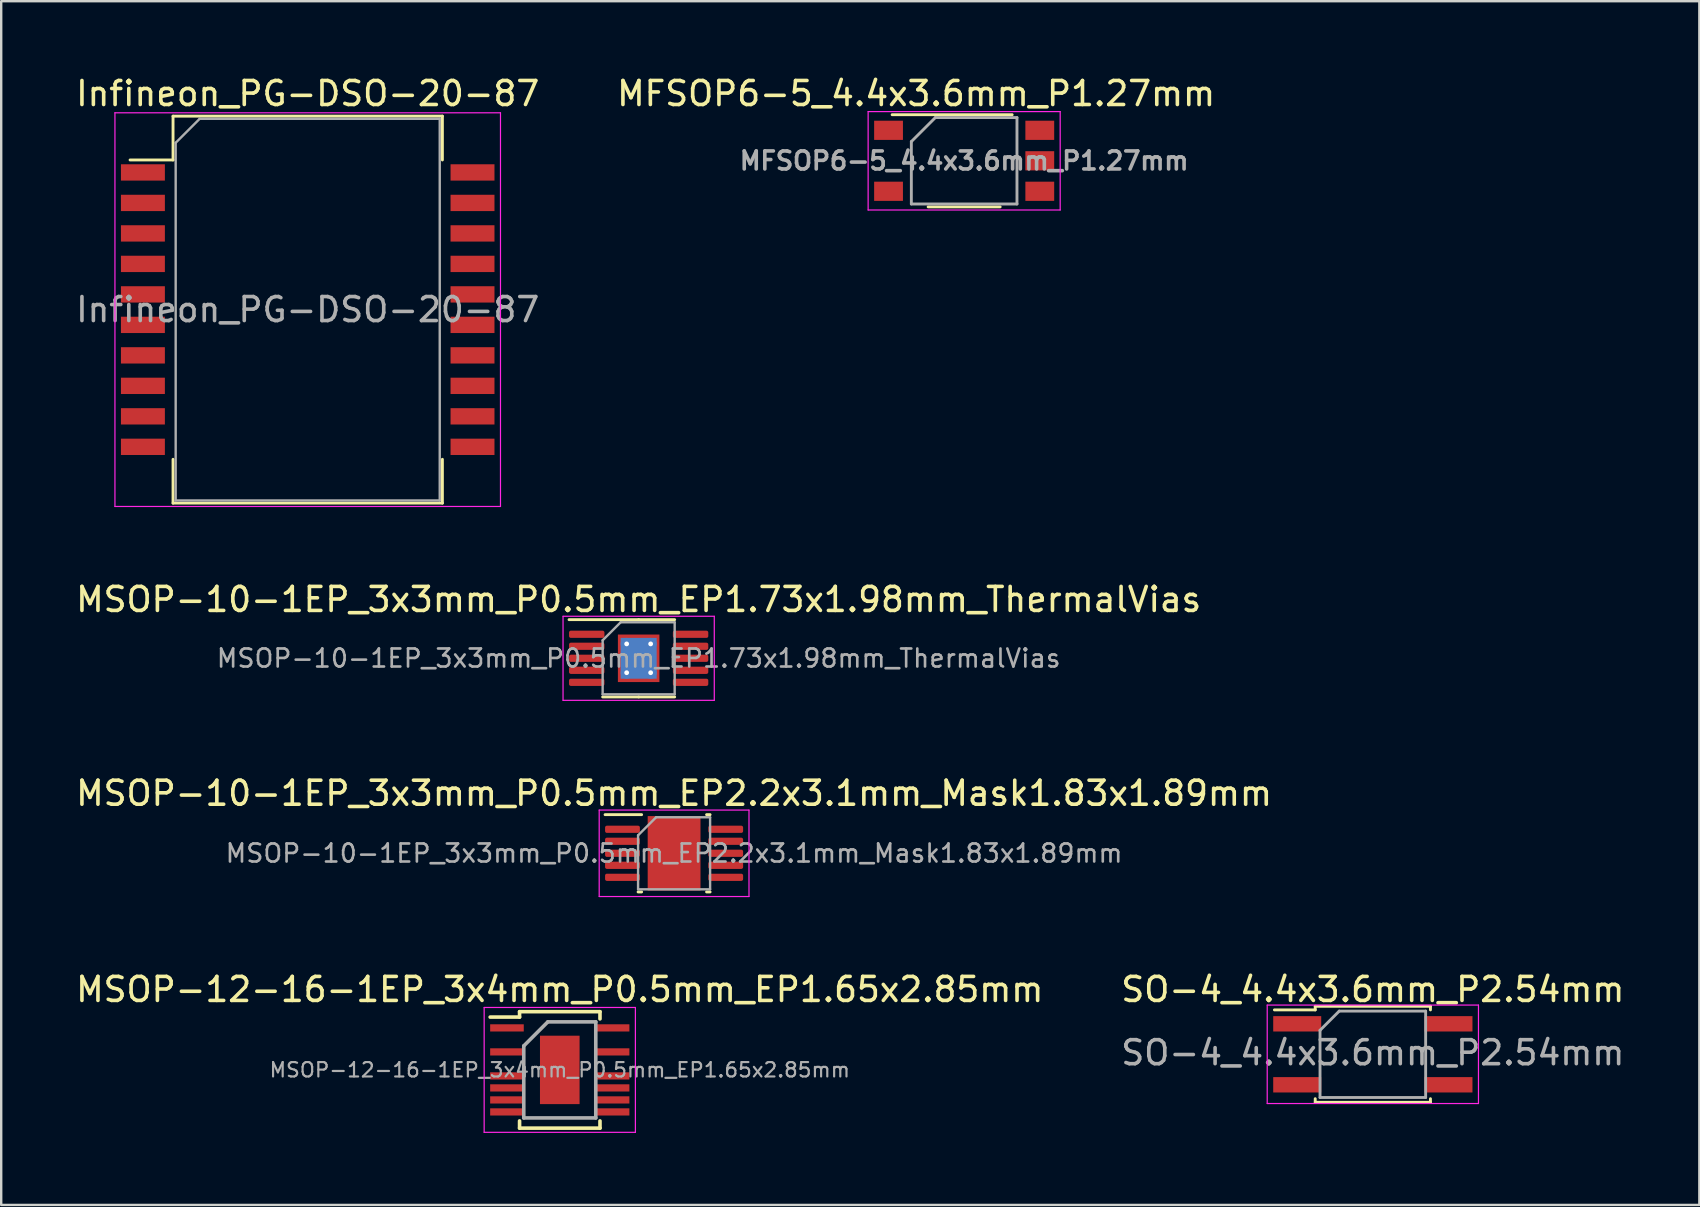
<source format=kicad_pcb>
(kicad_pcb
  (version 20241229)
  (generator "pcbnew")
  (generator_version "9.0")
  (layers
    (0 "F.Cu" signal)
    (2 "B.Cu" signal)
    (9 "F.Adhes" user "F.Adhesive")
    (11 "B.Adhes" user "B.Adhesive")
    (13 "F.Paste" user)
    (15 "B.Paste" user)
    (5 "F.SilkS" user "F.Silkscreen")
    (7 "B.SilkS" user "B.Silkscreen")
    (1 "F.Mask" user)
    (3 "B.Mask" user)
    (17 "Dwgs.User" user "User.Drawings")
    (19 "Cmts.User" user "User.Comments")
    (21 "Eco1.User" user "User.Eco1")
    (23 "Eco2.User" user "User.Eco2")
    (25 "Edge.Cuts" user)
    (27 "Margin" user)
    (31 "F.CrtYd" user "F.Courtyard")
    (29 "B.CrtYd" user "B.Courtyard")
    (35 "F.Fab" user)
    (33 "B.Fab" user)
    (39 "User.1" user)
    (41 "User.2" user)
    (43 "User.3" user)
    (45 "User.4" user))
  (footprint "MFSOP6-5_4.4x3.6mm_P1.27mm"
    (layer "F.Cu")
    (at 37.113 3.648)
    (property "Reference" "MFSOP6-5_4.4x3.6mm_P1.27mm" (at -2 -2.8 0) (layer "F.SilkS") (effects (font (size 1 1) (thickness 0.15))))
    (attr smd)
    (fp_line (start -3 -1.92) (end 2 -1.92) (stroke (width 0.12) (type solid)) (layer "F.SilkS"))
    (fp_line (start 1.5 1.92) (end -1.5 1.92) (stroke (width 0.12) (type solid)) (layer "F.SilkS"))
    (fp_line (start -4 -2.05) (end -4 2.05) (stroke (width 0.05) (type solid)) (layer "F.CrtYd"))
    (fp_line (start -4 -2.05) (end 4 -2.05) (stroke (width 0.05) (type solid)) (layer "F.CrtYd"))
    (fp_line (start 4 2.05) (end -4 2.05) (stroke (width 0.05) (type solid)) (layer "F.CrtYd"))
    (fp_line (start 4 2.05) (end 4 -2.05) (stroke (width 0.05) (type solid)) (layer "F.CrtYd"))
    (fp_line (start -2.2 -0.8) (end -2.2 1.8) (stroke (width 0.12) (type solid)) (layer "F.Fab"))
    (fp_line (start -2.2 1.8) (end 2.2 1.8) (stroke (width 0.12) (type solid)) (layer "F.Fab"))
    (fp_line (start -1.2 -1.8) (end -2.2 -0.8) (stroke (width 0.12) (type solid)) (layer "F.Fab"))
    (fp_line (start 2.2 -1.8) (end -1.2 -1.8) (stroke (width 0.12) (type solid)) (layer "F.Fab"))
    (fp_line (start 2.2 1.8) (end 2.2 -1.8) (stroke (width 0.12) (type solid)) (layer "F.Fab"))
    (fp_text user "${REFERENCE}" (at 0 0 0) (layer "F.Fab") (effects (font (size 0.75 0.75) (thickness 0.15))))
    (pad "1" smd rect (at -3.15 -1.27) (size 1.2 0.8) (layers "F.Cu" "F.Mask" "F.Paste"))
    (pad "3" smd rect (at -3.15 1.27) (size 1.2 0.8) (layers "F.Cu" "F.Mask" "F.Paste"))
    (pad "4" smd rect (at 3.15 1.27) (size 1.2 0.8) (layers "F.Cu" "F.Mask" "F.Paste"))
    (pad "5" smd rect (at 3.15 0) (size 1.2 0.8) (layers "F.Cu" "F.Mask" "F.Paste"))
    (pad "6" smd rect (at 3.15 -1.27) (size 1.2 0.8) (layers "F.Cu" "F.Mask" "F.Paste")))
  (footprint "SO-4_4.4x3.6mm_P2.54mm"
    (layer "F.Cu")
    (at 54.137 40.868)
    (property "Reference" "SO-4_4.4x3.6mm_P2.54mm" (at 0 -2.7 0) (layer "F.SilkS") (effects (font (size 1 1) (thickness 0.15))))
    (attr smd)
    (fp_line (start -2.4 -2) (end 2.4 -2) (stroke (width 0.12) (type solid)) (layer "F.SilkS"))
    (fp_line (start -2.4 -1.85) (end -4.1 -1.85) (stroke (width 0.12) (type solid)) (layer "F.SilkS"))
    (fp_line (start -2.4 -1.85) (end -2.4 -2) (stroke (width 0.12) (type solid)) (layer "F.SilkS"))
    (fp_line (start -2.4 2) (end -2.4 1.85) (stroke (width 0.12) (type solid)) (layer "F.SilkS"))
    (fp_line (start 2.4 -2) (end 2.4 -1.85) (stroke (width 0.12) (type solid)) (layer "F.SilkS"))
    (fp_line (start 2.4 1.85) (end 2.4 2) (stroke (width 0.12) (type solid)) (layer "F.SilkS"))
    (fp_line (start 2.4 2) (end -2.4 2) (stroke (width 0.12) (type solid)) (layer "F.SilkS"))
    (fp_line (start -4.4 -2.05) (end -4.4 2.05) (stroke (width 0.05) (type solid)) (layer "F.CrtYd"))
    (fp_line (start -4.4 -2.05) (end 4.4 -2.05) (stroke (width 0.05) (type solid)) (layer "F.CrtYd"))
    (fp_line (start 4.4 2.05) (end -4.4 2.05) (stroke (width 0.05) (type solid)) (layer "F.CrtYd"))
    (fp_line (start 4.4 2.05) (end 4.4 -2.05) (stroke (width 0.05) (type solid)) (layer "F.CrtYd"))
    (fp_line (start -2.2 -1) (end -1.4 -1.8) (stroke (width 0.12) (type solid)) (layer "F.Fab"))
    (fp_line (start -2.2 1.8) (end -2.2 -1) (stroke (width 0.12) (type solid)) (layer "F.Fab"))
    (fp_line (start -1.4 -1.8) (end 2.2 -1.8) (stroke (width 0.12) (type solid)) (layer "F.Fab"))
    (fp_line (start 2.2 -1.8) (end 2.2 1.8) (stroke (width 0.12) (type solid)) (layer "F.Fab"))
    (fp_line (start 2.2 1.8) (end -2.2 1.8) (stroke (width 0.12) (type solid)) (layer "F.Fab"))
    (fp_text user "${REFERENCE}" (at 0 -0.065 0) (layer "F.Fab") (effects (font (size 1 1) (thickness 0.15))))
    (pad "1" smd rect (at -3.15 -1.27) (size 2 0.64) (layers "F.Cu" "F.Mask" "F.Paste"))
    (pad "2" smd rect (at -3.15 1.27) (size 2 0.64) (layers "F.Cu" "F.Mask" "F.Paste"))
    (pad "3" smd rect (at 3.15 1.27) (size 2 0.64) (layers "F.Cu" "F.Mask" "F.Paste"))
    (pad "4" smd rect (at 3.15 -1.27) (size 2 0.64) (layers "F.Cu" "F.Mask" "F.Paste")))
  (footprint "MSOP-10-1EP_3x3mm_P0.5mm_EP2.2x3.1mm_Mask1.83x1.89mm"
    (layer "F.Cu")
    (at 25.03 32.495)
    (property "Reference" "MSOP-10-1EP_3x3mm_P0.5mm_EP2.2x3.1mm_Mask1.83x1.89mm" (at 0 -2.5 0) (layer "F.SilkS") (effects (font (size 1 1) (thickness 0.15))))
    (attr smd)
    (fp_line (start -1.353 -1.61) (end -2.875 -1.61) (stroke (width 0.12) (type solid)) (layer "F.SilkS"))
    (fp_line (start -1.353 1.61) (end -1.5 1.61) (stroke (width 0.12) (type solid)) (layer "F.SilkS"))
    (fp_line (start 1.353 -1.61) (end 1.5 -1.61) (stroke (width 0.12) (type solid)) (layer "F.SilkS"))
    (fp_line (start 1.353 1.61) (end 1.5 1.61) (stroke (width 0.12) (type solid)) (layer "F.SilkS"))
    (fp_line (start -3.12 -1.8) (end -3.12 1.8) (stroke (width 0.05) (type solid)) (layer "F.CrtYd"))
    (fp_line (start -3.12 1.8) (end 3.12 1.8) (stroke (width 0.05) (type solid)) (layer "F.CrtYd"))
    (fp_line (start 3.12 -1.8) (end -3.12 -1.8) (stroke (width 0.05) (type solid)) (layer "F.CrtYd"))
    (fp_line (start 3.12 1.8) (end 3.12 -1.8) (stroke (width 0.05) (type solid)) (layer "F.CrtYd"))
    (fp_line (start -1.5 -0.75) (end -0.75 -1.5) (stroke (width 0.1) (type solid)) (layer "F.Fab"))
    (fp_line (start -1.5 1.5) (end -1.5 -0.75) (stroke (width 0.1) (type solid)) (layer "F.Fab"))
    (fp_line (start -0.75 -1.5) (end 1.5 -1.5) (stroke (width 0.1) (type solid)) (layer "F.Fab"))
    (fp_line (start 1.5 -1.5) (end 1.5 1.5) (stroke (width 0.1) (type solid)) (layer "F.Fab"))
    (fp_line (start 1.5 1.5) (end -1.5 1.5) (stroke (width 0.1) (type solid)) (layer "F.Fab"))
    (fp_text user "${REFERENCE}" (at 0 0 0) (layer "F.Fab") (effects (font (size 0.75 0.75) (thickness 0.11))))
    (pad "" smd roundrect (at -0.46 -0.47) (size 0.74 0.76) (layers "F.Paste") (roundrect_rratio 0.25))
    (pad "" smd roundrect (at -0.46 0.47) (size 0.74 0.76) (layers "F.Paste") (roundrect_rratio 0.25))
    (pad "" smd rect (at 0 0) (size 1.83 1.89) (layers "F.Mask"))
    (pad "" smd roundrect (at 0.46 -0.47) (size 0.74 0.76) (layers "F.Paste") (roundrect_rratio 0.25))
    (pad "" smd roundrect (at 0.46 0.47) (size 0.74 0.76) (layers "F.Paste") (roundrect_rratio 0.25))
    (pad "1" smd roundrect (at -2.15 -1) (size 1.45 0.3) (layers "F.Cu" "F.Mask" "F.Paste") (roundrect_rratio 0.25))
    (pad "2" smd roundrect (at -2.15 -0.5) (size 1.45 0.3) (layers "F.Cu" "F.Mask" "F.Paste") (roundrect_rratio 0.25))
    (pad "3" smd roundrect (at -2.15 0) (size 1.45 0.3) (layers "F.Cu" "F.Mask" "F.Paste") (roundrect_rratio 0.25))
    (pad "4" smd roundrect (at -2.15 0.5) (size 1.45 0.3) (layers "F.Cu" "F.Mask" "F.Paste") (roundrect_rratio 0.25))
    (pad "5" smd roundrect (at -2.15 1) (size 1.45 0.3) (layers "F.Cu" "F.Mask" "F.Paste") (roundrect_rratio 0.25))
    (pad "6" smd roundrect (at 2.15 1) (size 1.45 0.3) (layers "F.Cu" "F.Mask" "F.Paste") (roundrect_rratio 0.25))
    (pad "7" smd roundrect (at 2.15 0.5) (size 1.45 0.3) (layers "F.Cu" "F.Mask" "F.Paste") (roundrect_rratio 0.25))
    (pad "8" smd roundrect (at 2.15 0) (size 1.45 0.3) (layers "F.Cu" "F.Mask" "F.Paste") (roundrect_rratio 0.25))
    (pad "9" smd roundrect (at 2.15 -0.5) (size 1.45 0.3) (layers "F.Cu" "F.Mask" "F.Paste") (roundrect_rratio 0.25))
    (pad "10" smd roundrect (at 2.15 -1) (size 1.45 0.3) (layers "F.Cu" "F.Mask" "F.Paste") (roundrect_rratio 0.25))
    (pad "11" smd rect (at 0 0) (size 2.2 3.1) (layers "F.Cu")))
  (footprint "Infineon_PG-DSO-20-87"
    (layer "F.Cu")
    (at 9.768 9.848)
    (property "Reference" "Infineon_PG-DSO-20-87" (at 0 -9 0) (layer "F.SilkS") (effects (font (size 1 1) (thickness 0.15))))
    (attr smd)
    (fp_line (start -7.4 -6.235) (end -5.61 -6.235) (stroke (width 0.12) (type solid)) (layer "F.SilkS"))
    (fp_line (start -5.61 -8.06) (end 5.61 -8.06) (stroke (width 0.12) (type solid)) (layer "F.SilkS"))
    (fp_line (start -5.61 -6.235) (end -5.61 -8.06) (stroke (width 0.12) (type solid)) (layer "F.SilkS"))
    (fp_line (start -5.61 6.235) (end -5.61 8.06) (stroke (width 0.12) (type solid)) (layer "F.SilkS"))
    (fp_line (start 5.61 -6.235) (end 5.61 -8.06) (stroke (width 0.12) (type solid)) (layer "F.SilkS"))
    (fp_line (start 5.61 6.235) (end 5.61 8.06) (stroke (width 0.12) (type solid)) (layer "F.SilkS"))
    (fp_line (start 5.61 8.06) (end -5.61 8.06) (stroke (width 0.12) (type solid)) (layer "F.SilkS"))
    (fp_line (start -8.03 -8.2) (end 8.03 -8.2) (stroke (width 0.05) (type solid)) (layer "F.CrtYd"))
    (fp_line (start -8.03 8.2) (end -8.03 -8.2) (stroke (width 0.05) (type solid)) (layer "F.CrtYd"))
    (fp_line (start -8.03 8.2) (end 8.03 8.2) (stroke (width 0.05) (type solid)) (layer "F.CrtYd"))
    (fp_line (start 8.03 8.2) (end 8.03 -8.2) (stroke (width 0.05) (type solid)) (layer "F.CrtYd"))
    (fp_line (start -5.5 -6.95) (end -4.5 -7.95) (stroke (width 0.1) (type solid)) (layer "F.Fab"))
    (fp_line (start -5.5 7.95) (end -5.5 -6.95) (stroke (width 0.1) (type solid)) (layer "F.Fab"))
    (fp_line (start -4.5 -7.95) (end 5.5 -7.95) (stroke (width 0.1) (type solid)) (layer "F.Fab"))
    (fp_line (start 5.5 -7.95) (end 5.5 7.95) (stroke (width 0.1) (type solid)) (layer "F.Fab"))
    (fp_line (start 5.5 7.95) (end -5.5 7.95) (stroke (width 0.1) (type solid)) (layer "F.Fab"))
    (fp_text user "${REFERENCE}" (at 0 0 0) (layer "F.Fab") (effects (font (size 1 1) (thickness 0.15))))
    (pad "1" smd rect (at -6.865 -5.715) (size 1.83 0.68) (layers "F.Cu" "F.Mask" "F.Paste"))
    (pad "2" smd rect (at -6.865 -4.445) (size 1.83 0.68) (layers "F.Cu" "F.Mask" "F.Paste"))
    (pad "3" smd rect (at -6.865 -3.175) (size 1.83 0.68) (layers "F.Cu" "F.Mask" "F.Paste"))
    (pad "4" smd rect (at -6.865 -1.905) (size 1.83 0.68) (layers "F.Cu" "F.Mask" "F.Paste"))
    (pad "5" smd rect (at -6.865 -0.635) (size 1.83 0.68) (layers "F.Cu" "F.Mask" "F.Paste"))
    (pad "6" smd rect (at -6.865 0.635) (size 1.83 0.68) (layers "F.Cu" "F.Mask" "F.Paste"))
    (pad "7" smd rect (at -6.865 1.905) (size 1.83 0.68) (layers "F.Cu" "F.Mask" "F.Paste"))
    (pad "8" smd rect (at -6.865 3.175) (size 1.83 0.68) (layers "F.Cu" "F.Mask" "F.Paste"))
    (pad "9" smd rect (at -6.865 4.445) (size 1.83 0.68) (layers "F.Cu" "F.Mask" "F.Paste"))
    (pad "10" smd rect (at -6.865 5.715) (size 1.83 0.68) (layers "F.Cu" "F.Mask" "F.Paste"))
    (pad "11" smd rect (at 6.865 5.715) (size 1.83 0.68) (layers "F.Cu" "F.Mask" "F.Paste"))
    (pad "12" smd rect (at 6.865 4.445) (size 1.83 0.68) (layers "F.Cu" "F.Mask" "F.Paste"))
    (pad "13" smd rect (at 6.865 3.175) (size 1.83 0.68) (layers "F.Cu" "F.Mask" "F.Paste"))
    (pad "14" smd rect (at 6.865 1.905) (size 1.83 0.68) (layers "F.Cu" "F.Mask" "F.Paste"))
    (pad "15" smd rect (at 6.865 0.635) (size 1.83 0.68) (layers "F.Cu" "F.Mask" "F.Paste"))
    (pad "16" smd rect (at 6.865 -0.635) (size 1.83 0.68) (layers "F.Cu" "F.Mask" "F.Paste"))
    (pad "17" smd rect (at 6.865 -1.905) (size 1.83 0.68) (layers "F.Cu" "F.Mask" "F.Paste"))
    (pad "18" smd rect (at 6.865 -3.175) (size 1.83 0.68) (layers "F.Cu" "F.Mask" "F.Paste"))
    (pad "19" smd rect (at 6.865 -4.445) (size 1.83 0.68) (layers "F.Cu" "F.Mask" "F.Paste"))
    (pad "20" smd rect (at 6.865 -5.715) (size 1.83 0.68) (layers "F.Cu" "F.Mask" "F.Paste")))
  (footprint "MSOP-12-16-1EP_3x4mm_P0.5mm_EP1.65x2.85mm"
    (layer "F.Cu")
    (at 20.268 41.518)
    (property "Reference" "MSOP-12-16-1EP_3x4mm_P0.5mm_EP1.65x2.85mm" (at 0 -3.35 0) (layer "F.SilkS") (effects (font (size 1 1) (thickness 0.15))))
    (attr smd)
    (fp_line (start -1.675 -2.425) (end -1.675 -2.2) (stroke (width 0.15) (type solid)) (layer "F.SilkS"))
    (fp_line (start -1.675 -2.425) (end 1.675 -2.425) (stroke (width 0.15) (type solid)) (layer "F.SilkS"))
    (fp_line (start -1.675 -2.2) (end -2.9 -2.2) (stroke (width 0.15) (type solid)) (layer "F.SilkS"))
    (fp_line (start -1.675 2.425) (end -1.675 2.125) (stroke (width 0.15) (type solid)) (layer "F.SilkS"))
    (fp_line (start -1.675 2.425) (end 1.675 2.425) (stroke (width 0.15) (type solid)) (layer "F.SilkS"))
    (fp_line (start 1.675 -2.425) (end 1.675 -2.125) (stroke (width 0.15) (type solid)) (layer "F.SilkS"))
    (fp_line (start 1.675 2.425) (end 1.675 2.125) (stroke (width 0.15) (type solid)) (layer "F.SilkS"))
    (fp_line (start -3.15 -2.6) (end -3.15 2.6) (stroke (width 0.05) (type solid)) (layer "F.CrtYd"))
    (fp_line (start -3.15 -2.6) (end 3.15 -2.6) (stroke (width 0.05) (type solid)) (layer "F.CrtYd"))
    (fp_line (start -3.15 2.6) (end 3.15 2.6) (stroke (width 0.05) (type solid)) (layer "F.CrtYd"))
    (fp_line (start 3.15 -2.6) (end 3.15 2.6) (stroke (width 0.05) (type solid)) (layer "F.CrtYd"))
    (fp_line (start -1.5 -1) (end -0.5 -2) (stroke (width 0.15) (type solid)) (layer "F.Fab"))
    (fp_line (start -1.5 2) (end -1.5 -1) (stroke (width 0.15) (type solid)) (layer "F.Fab"))
    (fp_line (start -0.5 -2) (end 1.5 -2) (stroke (width 0.15) (type solid)) (layer "F.Fab"))
    (fp_line (start 1.5 -2) (end 1.5 2) (stroke (width 0.15) (type solid)) (layer "F.Fab"))
    (fp_line (start 1.5 2) (end -1.5 2) (stroke (width 0.15) (type solid)) (layer "F.Fab"))
    (fp_text user "${REFERENCE}" (at 0 0 0) (layer "F.Fab") (effects (font (size 0.6 0.6) (thickness 0.09))))
    (pad "" smd rect (at -0.412 -0.95) (size 0.66 0.75) (layers "F.Paste"))
    (pad "" smd rect (at -0.412 0) (size 0.66 0.75) (layers "F.Paste"))
    (pad "" smd rect (at -0.412 0.95) (size 0.66 0.75) (layers "F.Paste"))
    (pad "" smd rect (at 0.412 -0.95) (size 0.66 0.75) (layers "F.Paste"))
    (pad "" smd rect (at 0.412 0) (size 0.66 0.75) (layers "F.Paste"))
    (pad "" smd rect (at 0.412 0.95) (size 0.66 0.75) (layers "F.Paste"))
    (pad "1" smd rect (at -2.2 -1.75) (size 1.4 0.3) (layers "F.Cu" "F.Mask" "F.Paste"))
    (pad "3" smd rect (at -2.2 -0.75) (size 1.4 0.3) (layers "F.Cu" "F.Mask" "F.Paste"))
    (pad "5" smd rect (at -2.2 0.25) (size 1.4 0.3) (layers "F.Cu" "F.Mask" "F.Paste"))
    (pad "6" smd rect (at -2.2 0.75) (size 1.4 0.3) (layers "F.Cu" "F.Mask" "F.Paste"))
    (pad "7" smd rect (at -2.2 1.25) (size 1.4 0.3) (layers "F.Cu" "F.Mask" "F.Paste"))
    (pad "8" smd rect (at -2.2 1.75) (size 1.4 0.3) (layers "F.Cu" "F.Mask" "F.Paste"))
    (pad "9" smd rect (at 2.2 1.75) (size 1.4 0.3) (layers "F.Cu" "F.Mask" "F.Paste"))
    (pad "10" smd rect (at 2.2 1.25) (size 1.4 0.3) (layers "F.Cu" "F.Mask" "F.Paste"))
    (pad "11" smd rect (at 2.2 0.75) (size 1.4 0.3) (layers "F.Cu" "F.Mask" "F.Paste"))
    (pad "12" smd rect (at 2.2 0.25) (size 1.4 0.3) (layers "F.Cu" "F.Mask" "F.Paste"))
    (pad "14" smd rect (at 2.2 -0.75) (size 1.4 0.3) (layers "F.Cu" "F.Mask" "F.Paste"))
    (pad "16" smd rect (at 2.2 -1.75) (size 1.4 0.3) (layers "F.Cu" "F.Mask" "F.Paste"))
    (pad "17" smd rect (at 0 0) (size 1.65 2.85) (layers "F.Cu" "F.Mask")))
  (footprint "MSOP-10-1EP_3x3mm_P0.5mm_EP1.73x1.98mm_ThermalVias"
    (layer "F.Cu")
    (at 23.554 24.372)
    (property "Reference" "MSOP-10-1EP_3x3mm_P0.5mm_EP1.73x1.98mm_ThermalVias" (at 0 -2.45 0) (layer "F.SilkS") (effects (font (size 1 1) (thickness 0.15))))
    (attr smd)
    (fp_line (start 0 -1.61) (end -2.9 -1.61) (stroke (width 0.12) (type solid)) (layer "F.SilkS"))
    (fp_line (start 0 -1.61) (end 1.5 -1.61) (stroke (width 0.12) (type solid)) (layer "F.SilkS"))
    (fp_line (start 0 1.61) (end -1.5 1.61) (stroke (width 0.12) (type solid)) (layer "F.SilkS"))
    (fp_line (start 0 1.61) (end 1.5 1.61) (stroke (width 0.12) (type solid)) (layer "F.SilkS"))
    (fp_line (start -3.15 -1.75) (end -3.15 1.75) (stroke (width 0.05) (type solid)) (layer "F.CrtYd"))
    (fp_line (start -3.15 1.75) (end 3.15 1.75) (stroke (width 0.05) (type solid)) (layer "F.CrtYd"))
    (fp_line (start 3.15 -1.75) (end -3.15 -1.75) (stroke (width 0.05) (type solid)) (layer "F.CrtYd"))
    (fp_line (start 3.15 1.75) (end 3.15 -1.75) (stroke (width 0.05) (type solid)) (layer "F.CrtYd"))
    (fp_line (start -1.5 -0.75) (end -0.75 -1.5) (stroke (width 0.1) (type solid)) (layer "F.Fab"))
    (fp_line (start -1.5 1.5) (end -1.5 -0.75) (stroke (width 0.1) (type solid)) (layer "F.Fab"))
    (fp_line (start -0.75 -1.5) (end 1.5 -1.5) (stroke (width 0.1) (type solid)) (layer "F.Fab"))
    (fp_line (start 1.5 -1.5) (end 1.5 1.5) (stroke (width 0.1) (type solid)) (layer "F.Fab"))
    (fp_line (start 1.5 1.5) (end -1.5 1.5) (stroke (width 0.1) (type solid)) (layer "F.Fab"))
    (fp_text user "${REFERENCE}" (at 0 0 0) (layer "F.Fab") (effects (font (size 0.75 0.75) (thickness 0.11))))
    (pad "" smd roundrect (at -0.43 -0.495) (size 0.72 0.83) (layers "F.Paste") (roundrect_rratio 0.25))
    (pad "" smd roundrect (at -0.43 0.495) (size 0.72 0.83) (layers "F.Paste") (roundrect_rratio 0.25))
    (pad "" smd roundrect (at 0.43 -0.495) (size 0.72 0.83) (layers "F.Paste") (roundrect_rratio 0.25))
    (pad "" smd roundrect (at 0.43 0.495) (size 0.72 0.83) (layers "F.Paste") (roundrect_rratio 0.25))
    (pad "1" smd roundrect (at -2.163 -1) (size 1.475 0.3) (layers "F.Cu" "F.Mask" "F.Paste") (roundrect_rratio 0.25))
    (pad "2" smd roundrect (at -2.163 -0.5) (size 1.475 0.3) (layers "F.Cu" "F.Mask" "F.Paste") (roundrect_rratio 0.25))
    (pad "3" smd roundrect (at -2.163 0) (size 1.475 0.3) (layers "F.Cu" "F.Mask" "F.Paste") (roundrect_rratio 0.25))
    (pad "4" smd roundrect (at -2.163 0.5) (size 1.475 0.3) (layers "F.Cu" "F.Mask" "F.Paste") (roundrect_rratio 0.25))
    (pad "5" smd roundrect (at -2.163 1) (size 1.475 0.3) (layers "F.Cu" "F.Mask" "F.Paste") (roundrect_rratio 0.25))
    (pad "6" smd roundrect (at 2.163 1) (size 1.475 0.3) (layers "F.Cu" "F.Mask" "F.Paste") (roundrect_rratio 0.25))
    (pad "7" smd roundrect (at 2.163 0.5) (size 1.475 0.3) (layers "F.Cu" "F.Mask" "F.Paste") (roundrect_rratio 0.25))
    (pad "8" smd roundrect (at 2.163 0) (size 1.475 0.3) (layers "F.Cu" "F.Mask" "F.Paste") (roundrect_rratio 0.25))
    (pad "9" smd roundrect (at 2.163 -0.5) (size 1.475 0.3) (layers "F.Cu" "F.Mask" "F.Paste") (roundrect_rratio 0.25))
    (pad "10" smd roundrect (at 2.163 -1) (size 1.475 0.3) (layers "F.Cu" "F.Mask" "F.Paste") (roundrect_rratio 0.25))
    (pad "11" thru_hole circle (at -0.5 -0.6) (size 0.5 0.5) (drill 0.2) (layers "*.Cu"))
    (pad "11" thru_hole circle (at -0.5 0.6) (size 0.5 0.5) (drill 0.2) (layers "*.Cu"))
    (pad "11" smd rect (at 0 0) (size 1.5 1.7) (layers "B.Cu"))
    (pad "11" smd rect (at 0 0) (size 1.73 1.98) (layers "F.Cu" "F.Mask"))
    (pad "11" thru_hole circle (at 0.5 -0.6) (size 0.5 0.5) (drill 0.2) (layers "*.Cu"))
    (pad "11" thru_hole circle (at 0.5 0.6) (size 0.5 0.5) (drill 0.2) (layers "*.Cu")))
  (gr_rect
    (start -3 -3)
    (end 67.738 47.143)
    (stroke (width 0.1) (type default))
    (fill no)
    (layer "Edge.Cuts")))
</source>
